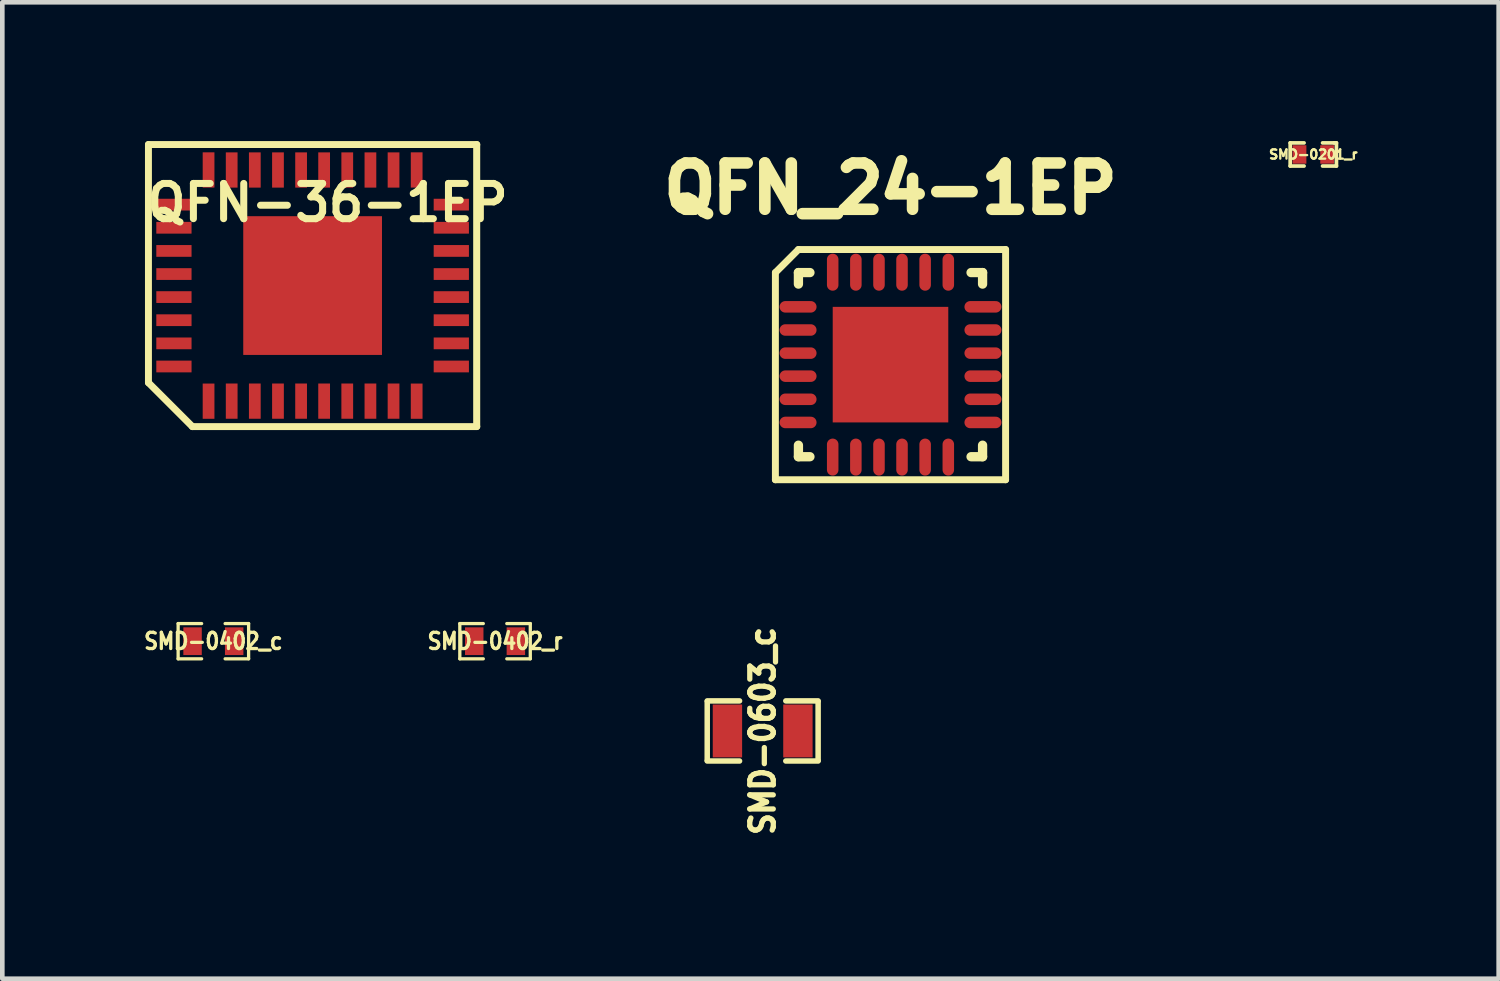
<source format=kicad_pcb>
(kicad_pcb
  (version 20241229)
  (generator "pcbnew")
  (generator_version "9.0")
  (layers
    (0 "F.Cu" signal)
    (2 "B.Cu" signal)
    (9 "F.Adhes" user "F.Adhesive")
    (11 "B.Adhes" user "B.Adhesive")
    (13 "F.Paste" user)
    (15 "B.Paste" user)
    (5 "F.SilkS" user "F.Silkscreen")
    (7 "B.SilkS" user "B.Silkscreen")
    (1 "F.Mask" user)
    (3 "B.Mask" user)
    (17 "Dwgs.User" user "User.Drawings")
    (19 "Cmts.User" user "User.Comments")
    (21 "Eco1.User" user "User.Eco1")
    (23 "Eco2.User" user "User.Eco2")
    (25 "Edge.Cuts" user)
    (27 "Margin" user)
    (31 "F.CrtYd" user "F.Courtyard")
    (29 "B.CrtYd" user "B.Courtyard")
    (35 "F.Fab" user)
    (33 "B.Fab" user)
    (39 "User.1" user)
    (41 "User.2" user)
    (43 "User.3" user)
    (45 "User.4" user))
  (footprint "SMD-0603_c"
    (layer "F.Cu")
    (at 13.442 12.756)
    (property "Reference" "SMD-0603_c" (at 0 0 90) (layer "F.SilkS") (effects (font (size 0.508 0.457) (thickness 0.114))))
    (attr smd)
    (fp_line (start -1.199 -0.65) (end -0.5 -0.65) (stroke (width 0.119) (type solid)) (layer "F.SilkS"))
    (fp_line (start -1.199 0.635) (end -1.199 -0.635) (stroke (width 0.119) (type solid)) (layer "F.SilkS"))
    (fp_line (start -0.5 0.65) (end -1.199 0.65) (stroke (width 0.119) (type solid)) (layer "F.SilkS"))
    (fp_line (start 0.5 -0.65) (end 1.199 -0.65) (stroke (width 0.119) (type solid)) (layer "F.SilkS"))
    (fp_line (start 0.5 0.65) (end 1.199 0.65) (stroke (width 0.119) (type solid)) (layer "F.SilkS"))
    (fp_line (start 1.199 -0.635) (end 1.199 0.635) (stroke (width 0.119) (type solid)) (layer "F.SilkS"))
    (pad "1" smd rect (at -0.762 0) (size 0.635 1.143) (layers "F.Cu" "F.Mask" "F.Paste"))
    (pad "2" smd rect (at 0.762 0) (size 0.635 1.143) (layers "F.Cu" "F.Mask" "F.Paste")))
  (footprint "SMD-0402_c"
    (layer "F.Cu")
    (at 1.564 10.815)
    (property "Reference" "SMD-0402_c" (at 0 0 0) (layer "F.SilkS") (effects (font (size 0.351 0.305) (thickness 0.071))))
    (attr smd)
    (fp_line (start -0.762 -0.381) (end -0.762 0.381) (stroke (width 0.071) (type solid)) (layer "F.SilkS"))
    (fp_line (start -0.762 0.381) (end -0.254 0.381) (stroke (width 0.071) (type solid)) (layer "F.SilkS"))
    (fp_line (start -0.254 -0.381) (end -0.762 -0.381) (stroke (width 0.071) (type solid)) (layer "F.SilkS"))
    (fp_line (start 0.254 -0.381) (end 0.762 -0.381) (stroke (width 0.071) (type solid)) (layer "F.SilkS"))
    (fp_line (start 0.762 -0.381) (end 0.762 0.381) (stroke (width 0.071) (type solid)) (layer "F.SilkS"))
    (fp_line (start 0.762 0.381) (end 0.254 0.381) (stroke (width 0.071) (type solid)) (layer "F.SilkS"))
    (pad "1" smd rect (at -0.45 0) (size 0.399 0.599) (layers "F.Cu" "F.Mask" "F.Paste"))
    (pad "2" smd rect (at 0.45 0) (size 0.399 0.599) (layers "F.Cu" "F.Mask" "F.Paste")))
  (footprint "QFN-36-1EP"
    (layer "F.Cu")
    (at 3.71 3.125)
    (property "Reference" "QFN-36-1EP" (at 0.325 -1.791 0) (layer "F.SilkS") (effects (font (size 0.762 0.762) (thickness 0.152))))
    (attr smd)
    (fp_line (start -3.55 -3.05) (end 3.55 -3.05) (stroke (width 0.15) (type solid)) (layer "F.SilkS"))
    (fp_line (start -3.55 2.1) (end -3.55 -3.05) (stroke (width 0.15) (type solid)) (layer "F.SilkS"))
    (fp_line (start -2.6 3.05) (end -3.55 2.1) (stroke (width 0.15) (type solid)) (layer "F.SilkS"))
    (fp_line (start -2.6 3.05) (end 3.55 3.05) (stroke (width 0.15) (type solid)) (layer "F.SilkS"))
    (fp_line (start 3.548 -3.048) (end 3.548 3.048) (stroke (width 0.152) (type solid)) (layer "F.SilkS"))
    (pad "1" smd rect (at -2.25 2.5) (size 0.254 0.762) (layers "F.Cu" "F.Mask" "F.Paste"))
    (pad "2" smd rect (at -1.75 2.499) (size 0.254 0.762) (layers "F.Cu" "F.Mask" "F.Paste"))
    (pad "3" smd rect (at -1.25 2.499) (size 0.254 0.762) (layers "F.Cu" "F.Mask" "F.Paste"))
    (pad "4" smd rect (at -0.749 2.499) (size 0.254 0.762) (layers "F.Cu" "F.Mask" "F.Paste"))
    (pad "5" smd rect (at -0.249 2.499) (size 0.254 0.762) (layers "F.Cu" "F.Mask" "F.Paste"))
    (pad "6" smd rect (at 0.249 2.499) (size 0.254 0.762) (layers "F.Cu" "F.Mask" "F.Paste"))
    (pad "7" smd rect (at 0.749 2.499) (size 0.254 0.762) (layers "F.Cu" "F.Mask" "F.Paste"))
    (pad "8" smd rect (at 1.25 2.499) (size 0.254 0.762) (layers "F.Cu" "F.Mask" "F.Paste"))
    (pad "9" smd rect (at 1.75 2.499) (size 0.254 0.762) (layers "F.Cu" "F.Mask" "F.Paste"))
    (pad "10" smd rect (at 2.25 2.5) (size 0.254 0.762) (layers "F.Cu" "F.Mask" "F.Paste"))
    (pad "11" smd rect (at 2.999 1.75 90) (size 0.254 0.762) (layers "F.Cu" "F.Mask" "F.Paste"))
    (pad "12" smd rect (at 2.999 1.25 90) (size 0.254 0.762) (layers "F.Cu" "F.Mask" "F.Paste"))
    (pad "13" smd rect (at 2.999 0.749 90) (size 0.254 0.762) (layers "F.Cu" "F.Mask" "F.Paste"))
    (pad "14" smd rect (at 2.999 0.249 90) (size 0.254 0.762) (layers "F.Cu" "F.Mask" "F.Paste"))
    (pad "15" smd rect (at 2.999 -0.249 90) (size 0.254 0.762) (layers "F.Cu" "F.Mask" "F.Paste"))
    (pad "16" smd rect (at 2.999 -0.749 90) (size 0.254 0.762) (layers "F.Cu" "F.Mask" "F.Paste"))
    (pad "17" smd rect (at 2.999 -1.25 90) (size 0.254 0.762) (layers "F.Cu" "F.Mask" "F.Paste"))
    (pad "18" smd rect (at 2.999 -1.75 90) (size 0.254 0.762) (layers "F.Cu" "F.Mask" "F.Paste"))
    (pad "19" smd rect (at 2.25 -2.5) (size 0.254 0.762) (layers "F.Cu" "F.Mask" "F.Paste"))
    (pad "20" smd rect (at 1.75 -2.499) (size 0.254 0.762) (layers "F.Cu" "F.Mask" "F.Paste"))
    (pad "21" smd rect (at 1.25 -2.499) (size 0.254 0.762) (layers "F.Cu" "F.Mask" "F.Paste"))
    (pad "22" smd rect (at 0.749 -2.499) (size 0.254 0.762) (layers "F.Cu" "F.Mask" "F.Paste"))
    (pad "23" smd rect (at 0.249 -2.499) (size 0.254 0.762) (layers "F.Cu" "F.Mask" "F.Paste"))
    (pad "24" smd rect (at -0.249 -2.499) (size 0.254 0.762) (layers "F.Cu" "F.Mask" "F.Paste"))
    (pad "25" smd rect (at -0.749 -2.499) (size 0.254 0.762) (layers "F.Cu" "F.Mask" "F.Paste"))
    (pad "26" smd rect (at -1.25 -2.499) (size 0.254 0.762) (layers "F.Cu" "F.Mask" "F.Paste"))
    (pad "27" smd rect (at -1.75 -2.499) (size 0.254 0.762) (layers "F.Cu" "F.Mask" "F.Paste"))
    (pad "28" smd rect (at -2.25 -2.5) (size 0.254 0.762) (layers "F.Cu" "F.Mask" "F.Paste"))
    (pad "29" smd rect (at -2.999 -1.75 90) (size 0.254 0.762) (layers "F.Cu" "F.Mask" "F.Paste"))
    (pad "30" smd rect (at -2.999 -1.25 90) (size 0.254 0.762) (layers "F.Cu" "F.Mask" "F.Paste"))
    (pad "31" smd rect (at -2.999 -0.749 90) (size 0.254 0.762) (layers "F.Cu" "F.Mask" "F.Paste"))
    (pad "32" smd rect (at -2.999 -0.249 90) (size 0.254 0.762) (layers "F.Cu" "F.Mask" "F.Paste"))
    (pad "33" smd rect (at -2.999 0.249 90) (size 0.254 0.762) (layers "F.Cu" "F.Mask" "F.Paste"))
    (pad "34" smd rect (at -2.999 0.749 90) (size 0.254 0.762) (layers "F.Cu" "F.Mask" "F.Paste"))
    (pad "35" smd rect (at -2.999 1.25 90) (size 0.254 0.762) (layers "F.Cu" "F.Mask" "F.Paste"))
    (pad "36" smd rect (at -2.999 1.75 90) (size 0.254 0.762) (layers "F.Cu" "F.Mask" "F.Paste"))
    (pad "37" smd rect (at 0 0) (size 3 3) (layers "F.Cu" "F.Mask" "F.Paste")))
  (footprint "SMD-0402_r"
    (layer "F.Cu")
    (at 7.655 10.815)
    (property "Reference" "SMD-0402_r" (at 0 0 0) (layer "F.SilkS") (effects (font (size 0.351 0.305) (thickness 0.071))))
    (attr smd)
    (fp_line (start -0.762 -0.381) (end -0.762 0.381) (stroke (width 0.071) (type solid)) (layer "F.SilkS"))
    (fp_line (start -0.762 0.381) (end -0.254 0.381) (stroke (width 0.071) (type solid)) (layer "F.SilkS"))
    (fp_line (start -0.254 -0.381) (end -0.762 -0.381) (stroke (width 0.071) (type solid)) (layer "F.SilkS"))
    (fp_line (start 0.254 -0.381) (end 0.762 -0.381) (stroke (width 0.071) (type solid)) (layer "F.SilkS"))
    (fp_line (start 0.762 -0.381) (end 0.762 0.381) (stroke (width 0.071) (type solid)) (layer "F.SilkS"))
    (fp_line (start 0.762 0.381) (end 0.254 0.381) (stroke (width 0.071) (type solid)) (layer "F.SilkS"))
    (pad "1" smd rect (at -0.45 0) (size 0.399 0.599) (layers "F.Cu" "F.Mask" "F.Paste"))
    (pad "2" smd rect (at 0.45 0) (size 0.399 0.599) (layers "F.Cu" "F.Mask" "F.Paste")))
  (footprint "QFN_24-1EP"
    (layer "F.Cu")
    (at 16.206 4.835)
    (property "Reference" "QFN_24-1EP" (at 0 -3.81 0) (layer "F.SilkS") (effects (font (size 1.001 1.001) (thickness 0.305))))
    (attr through_hole)
    (fp_line (start -2.489 -1.991) (end -2.489 2.489) (stroke (width 0.15) (type solid)) (layer "F.SilkS"))
    (fp_line (start -2.489 -1.991) (end -1.991 -2.489) (stroke (width 0.15) (type solid)) (layer "F.SilkS"))
    (fp_line (start -1.991 -2.489) (end 2.489 -2.489) (stroke (width 0.15) (type solid)) (layer "F.SilkS"))
    (fp_line (start -1.991 -1.991) (end -1.742 -1.991) (stroke (width 0.201) (type solid)) (layer "F.SilkS"))
    (fp_line (start -1.991 -1.742) (end -1.991 -1.991) (stroke (width 0.201) (type solid)) (layer "F.SilkS"))
    (fp_line (start -1.991 1.991) (end -1.991 1.742) (stroke (width 0.201) (type solid)) (layer "F.SilkS"))
    (fp_line (start -1.742 1.991) (end -1.991 1.991) (stroke (width 0.201) (type solid)) (layer "F.SilkS"))
    (fp_line (start 1.742 -1.991) (end 1.991 -1.991) (stroke (width 0.201) (type solid)) (layer "F.SilkS"))
    (fp_line (start 1.991 -1.991) (end 1.991 -1.742) (stroke (width 0.201) (type solid)) (layer "F.SilkS"))
    (fp_line (start 1.991 1.742) (end 1.991 1.991) (stroke (width 0.201) (type solid)) (layer "F.SilkS"))
    (fp_line (start 1.991 1.991) (end 1.742 1.991) (stroke (width 0.201) (type solid)) (layer "F.SilkS"))
    (fp_line (start 2.489 -2.489) (end 2.489 2.489) (stroke (width 0.15) (type solid)) (layer "F.SilkS"))
    (fp_line (start 2.489 2.489) (end -2.489 2.489) (stroke (width 0.15) (type solid)) (layer "F.SilkS"))
    (pad "1" smd oval (at -1.999 -1.25) (size 0.8 0.249) (layers "F.Cu" "F.Mask" "F.Paste"))
    (pad "2" smd oval (at -1.999 -0.749) (size 0.8 0.249) (layers "F.Cu" "F.Mask" "F.Paste"))
    (pad "3" smd oval (at -1.999 -0.249) (size 0.8 0.249) (layers "F.Cu" "F.Mask" "F.Paste"))
    (pad "4" smd oval (at -1.999 0.249) (size 0.8 0.249) (layers "F.Cu" "F.Mask" "F.Paste"))
    (pad "5" smd oval (at -1.999 0.749) (size 0.8 0.249) (layers "F.Cu" "F.Mask" "F.Paste"))
    (pad "6" smd oval (at -1.999 1.25) (size 0.8 0.249) (layers "F.Cu" "F.Mask" "F.Paste"))
    (pad "7" smd oval (at -1.25 1.999 90) (size 0.8 0.249) (layers "F.Cu" "F.Mask" "F.Paste"))
    (pad "8" smd oval (at -0.749 1.999 90) (size 0.8 0.249) (layers "F.Cu" "F.Mask" "F.Paste"))
    (pad "9" smd oval (at -0.249 1.999 90) (size 0.8 0.249) (layers "F.Cu" "F.Mask" "F.Paste"))
    (pad "10" smd oval (at 0.249 1.999 90) (size 0.8 0.249) (layers "F.Cu" "F.Mask" "F.Paste"))
    (pad "11" smd oval (at 0.749 1.999 90) (size 0.8 0.249) (layers "F.Cu" "F.Mask" "F.Paste"))
    (pad "12" smd oval (at 1.25 1.999 90) (size 0.8 0.249) (layers "F.Cu" "F.Mask" "F.Paste"))
    (pad "13" smd oval (at 1.999 1.25 180) (size 0.8 0.249) (layers "F.Cu" "F.Mask" "F.Paste"))
    (pad "14" smd oval (at 1.999 0.749 180) (size 0.8 0.249) (layers "F.Cu" "F.Mask" "F.Paste"))
    (pad "15" smd oval (at 1.999 0.249 180) (size 0.8 0.249) (layers "F.Cu" "F.Mask" "F.Paste"))
    (pad "16" smd oval (at 1.999 -0.249 180) (size 0.8 0.249) (layers "F.Cu" "F.Mask" "F.Paste"))
    (pad "17" smd oval (at 1.999 -0.749 180) (size 0.8 0.249) (layers "F.Cu" "F.Mask" "F.Paste"))
    (pad "18" smd oval (at 1.999 -1.25 180) (size 0.8 0.249) (layers "F.Cu" "F.Mask" "F.Paste"))
    (pad "19" smd oval (at 1.25 -1.999 270) (size 0.8 0.249) (layers "F.Cu" "F.Mask" "F.Paste"))
    (pad "20" smd oval (at 0.749 -1.999 270) (size 0.8 0.249) (layers "F.Cu" "F.Mask" "F.Paste"))
    (pad "21" smd oval (at 0.249 -1.999 270) (size 0.8 0.249) (layers "F.Cu" "F.Mask" "F.Paste"))
    (pad "22" smd oval (at -0.249 -1.999 270) (size 0.8 0.249) (layers "F.Cu" "F.Mask" "F.Paste"))
    (pad "23" smd oval (at -0.749 -1.999 270) (size 0.8 0.249) (layers "F.Cu" "F.Mask" "F.Paste"))
    (pad "24" smd oval (at -1.25 -1.999 270) (size 0.8 0.249) (layers "F.Cu" "F.Mask" "F.Paste"))
    (pad "25" smd rect (at 0 0 270) (size 2.499 2.499) (layers "F.Cu" "F.Mask" "F.Paste")))
  (footprint "SMD-0201_r"
    (layer "F.Cu")
    (at 25.349 0.29)
    (property "Reference" "SMD-0201_r" (at 0 0 0) (layer "F.SilkS") (effects (font (size 0.2 0.2) (thickness 0.05))))
    (attr smd)
    (fp_line (start -0.5 -0.25) (end -0.5 0.25) (stroke (width 0.08) (type solid)) (layer "F.SilkS"))
    (fp_line (start -0.5 0.25) (end -0.2 0.25) (stroke (width 0.08) (type solid)) (layer "F.SilkS"))
    (fp_line (start -0.2 -0.25) (end -0.5 -0.25) (stroke (width 0.08) (type solid)) (layer "F.SilkS"))
    (fp_line (start 0.2 -0.25) (end 0.45 -0.25) (stroke (width 0.08) (type solid)) (layer "F.SilkS"))
    (fp_line (start 0.45 -0.25) (end 0.5 -0.25) (stroke (width 0.08) (type solid)) (layer "F.SilkS"))
    (fp_line (start 0.5 -0.25) (end 0.5 0.25) (stroke (width 0.08) (type solid)) (layer "F.SilkS"))
    (fp_line (start 0.5 0.25) (end 0.2 0.25) (stroke (width 0.08) (type solid)) (layer "F.SilkS"))
    (pad "1" smd rect (at -0.3 0) (size 0.3 0.4) (layers "F.Cu" "F.Mask" "F.Paste"))
    (pad "2" smd rect (at 0.3 0) (size 0.3 0.4) (layers "F.Cu" "F.Mask" "F.Paste")))
  (gr_rect
    (start -3 -3)
    (end 29.357 18.113)
    (stroke (width 0.1) (type default))
    (fill no)
    (layer "Edge.Cuts")))
</source>
